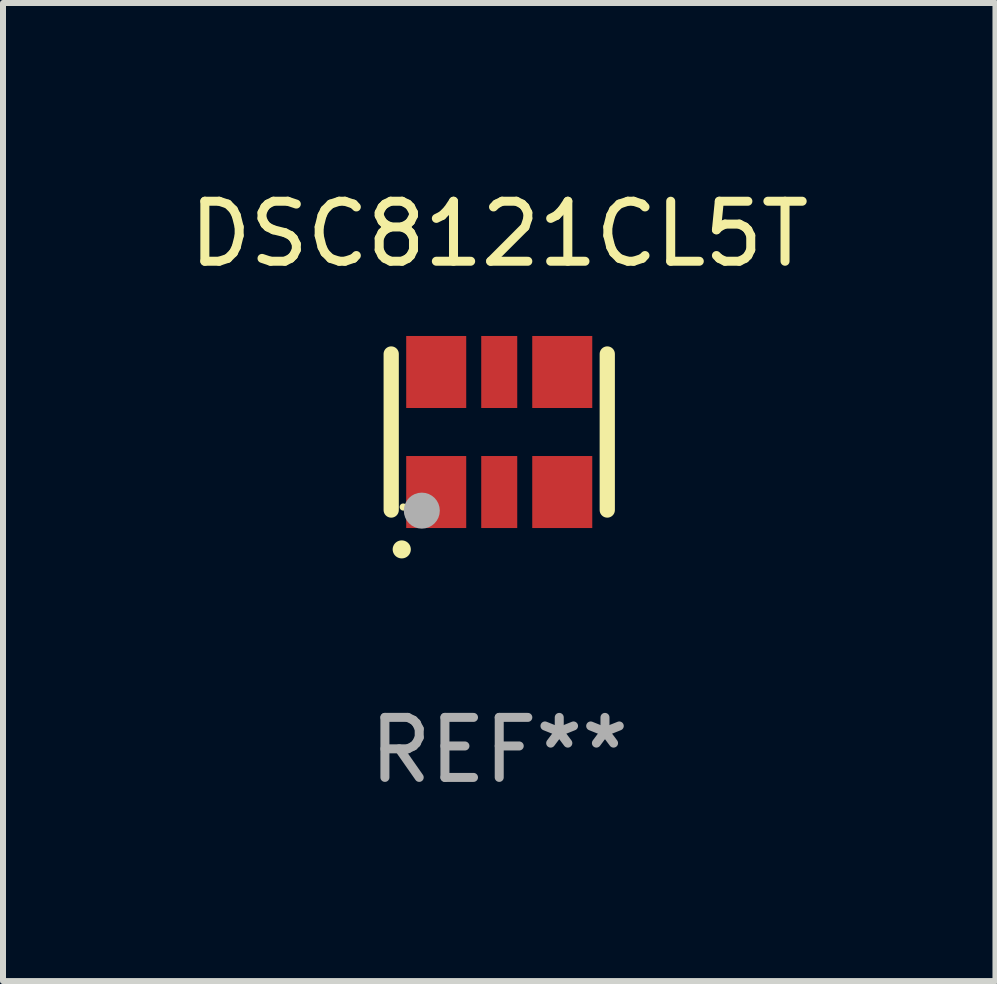
<source format=kicad_pcb>
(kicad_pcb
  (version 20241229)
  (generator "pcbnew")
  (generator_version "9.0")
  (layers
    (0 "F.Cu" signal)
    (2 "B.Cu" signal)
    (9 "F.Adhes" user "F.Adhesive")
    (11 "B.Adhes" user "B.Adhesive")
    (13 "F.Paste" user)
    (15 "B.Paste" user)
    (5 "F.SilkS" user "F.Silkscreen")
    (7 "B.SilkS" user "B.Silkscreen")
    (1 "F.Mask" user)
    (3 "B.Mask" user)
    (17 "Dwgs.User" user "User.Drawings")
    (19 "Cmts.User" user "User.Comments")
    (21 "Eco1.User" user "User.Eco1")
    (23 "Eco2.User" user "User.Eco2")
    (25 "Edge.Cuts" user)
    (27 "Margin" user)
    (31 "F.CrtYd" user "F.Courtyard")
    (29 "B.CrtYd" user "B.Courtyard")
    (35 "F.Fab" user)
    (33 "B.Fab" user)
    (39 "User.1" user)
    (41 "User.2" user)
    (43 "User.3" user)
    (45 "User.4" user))
  (footprint "DSC8121CL5T"
    (layer "F.Cu")
    (at 5.268 4.148)
    (property "Reference" "DSC8121CL5T" (at 0 -3.3 0) (layer "F.SilkS") (effects (font (size 1 1) (thickness 0.15))))
    (attr through_hole)
    (fp_line (start -1.8 -1.3) (end -1.8 1.3) (stroke (width 0.254) (type solid)) (layer "F.SilkS"))
    (fp_line (start 1.8 -1.3) (end 1.8 1.3) (stroke (width 0.254) (type solid)) (layer "F.SilkS"))
    (fp_arc (start -1.625603 1.955804) (mid -1.624333 1.955799) (end -1.623063 1.955804) (stroke (width 0.3) (type solid)) (layer "F.SilkS"))
    (fp_circle (center -1.6 1.25) (end -1.57 1.25) (stroke (width 0.06) (type solid)) (fill no) (layer "F.SilkS"))
    (fp_circle (center -1.29 1.31) (end -1.14 1.31) (stroke (width 0.3) (type solid)) (fill no) (layer "F.Fab"))
    (fp_text user "REF**" (at 0 5.3 0) (layer "F.Fab") (effects (font (size 1 1) (thickness 0.15))))
    (pad "1" smd rect (at -1.05 1) (size 1 1.2) (layers "F.Cu" "F.Mask" "F.Paste"))
    (pad "2" smd rect (at 0 1) (size 0.6 1.2) (layers "F.Cu" "F.Mask" "F.Paste"))
    (pad "3" smd rect (at 1.05 1) (size 1 1.2) (layers "F.Cu" "F.Mask" "F.Paste"))
    (pad "4" smd rect (at 1.05 -1) (size 1 1.2) (layers "F.Cu" "F.Mask" "F.Paste"))
    (pad "5" smd rect (at 0 -1) (size 0.6 1.2) (layers "F.Cu" "F.Mask" "F.Paste"))
    (pad "6" smd rect (at -1.05 -1) (size 1 1.2) (layers "F.Cu" "F.Mask" "F.Paste")))
  (gr_rect
    (start -3 -3)
    (end 13.536 13.296)
    (stroke (width 0.1) (type default))
    (fill no)
    (layer "Edge.Cuts")))
</source>
